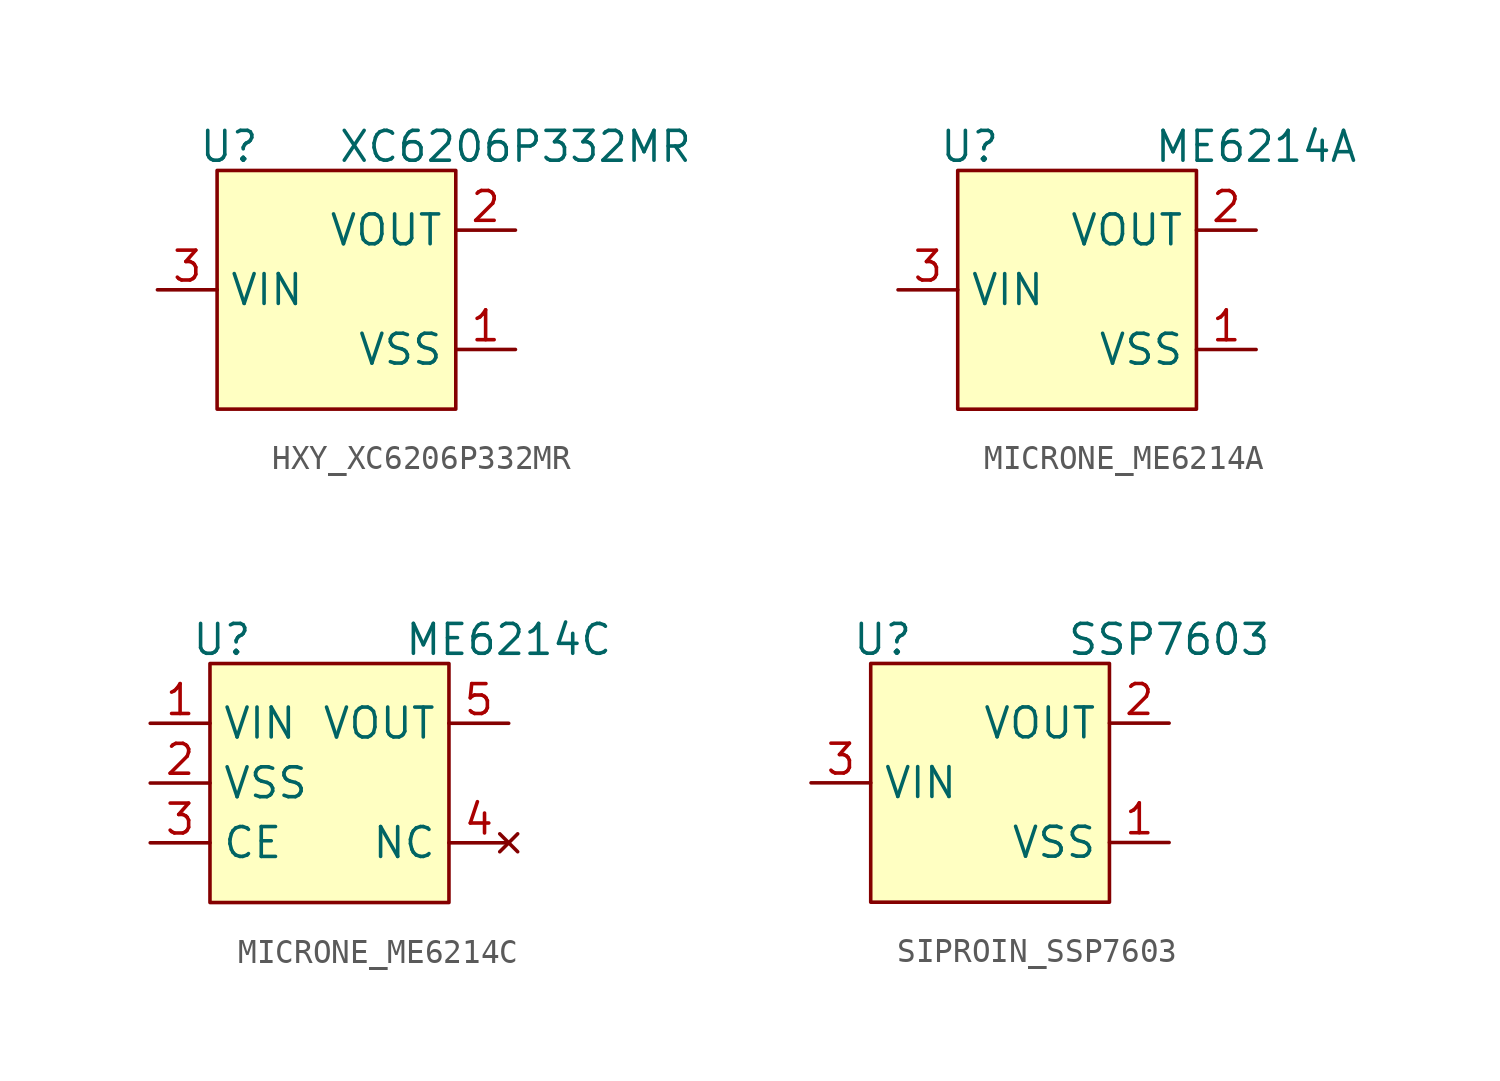
<source format=kicad_sym>
(kicad_symbol_lib
  (version 20231120)
  (generator "kicad_symbol_editor")
  (generator_version "8.0")
  (symbol "HXY_XC6206P332MR"
    (property "Reference" "U"
      (at -4.572 6.096 0)
      (do_not_autoplace)
      (effects (font (size 1.27 1.27))))
    (property "Value" "XC6206P332MR"
      (at 7.62 6.096 0)
      (do_not_autoplace)
      (effects (font (size 1.27 1.27))))
    (symbol "HXY_XC6206P332MR_0_1"
      (rectangle (start -5.08 5.08) (end 5.08 -5.08) (stroke (width 0) (type default)) (fill (type background))))
    (symbol "HXY_XC6206P332MR_1_1"
      (pin power_in line (at 7.62 -2.54 180) (length 2.54) (name "VSS" (effects (font (size 1.27 1.27)))) (number "1" (effects (font (size 1.27 1.27)))))
      (pin power_out line (at 7.62 2.54 180) (length 2.54) (name "VOUT" (effects (font (size 1.27 1.27)))) (number "2" (effects (font (size 1.27 1.27)))))
      (pin power_in line (at -7.62 0 0) (length 2.54) (name "VIN" (effects (font (size 1.27 1.27)))) (number "3" (effects (font (size 1.27 1.27)))))))
  (symbol "MICRONE_ME6214A"
    (property "Reference" "U"
      (at -4.572 6.096 0)
      (do_not_autoplace)
      (effects (font (size 1.27 1.27))))
    (property "Value" "ME6214A"
      (at 7.62 6.096 0)
      (do_not_autoplace)
      (effects (font (size 1.27 1.27))))
    (symbol "MICRONE_ME6214A_0_1"
      (rectangle (start -5.08 5.08) (end 5.08 -5.08) (stroke (width 0) (type default)) (fill (type background))))
    (symbol "MICRONE_ME6214A_1_1"
      (pin power_in line (at 7.62 -2.54 180) (length 2.54) (name "VSS" (effects (font (size 1.27 1.27)))) (number "1" (effects (font (size 1.27 1.27)))))
      (pin power_out line (at 7.62 2.54 180) (length 2.54) (name "VOUT" (effects (font (size 1.27 1.27)))) (number "2" (effects (font (size 1.27 1.27)))))
      (pin power_in line (at -7.62 0 0) (length 2.54) (name "VIN" (effects (font (size 1.27 1.27)))) (number "3" (effects (font (size 1.27 1.27)))))))
  (symbol "MICRONE_ME6214C"
    (property "Reference" "U"
      (at -4.572 6.096 0)
      (do_not_autoplace)
      (effects (font (size 1.27 1.27))))
    (property "Value" "ME6214C"
      (at 7.62 6.096 0)
      (do_not_autoplace)
      (effects (font (size 1.27 1.27))))
    (symbol "MICRONE_ME6214C_0_1"
      (rectangle (start -5.08 5.08) (end 5.08 -5.08) (stroke (width 0) (type default)) (fill (type background))))
    (symbol "MICRONE_ME6214C_1_1"
      (pin power_in line (at -7.62 2.54 0) (length 2.54) (name "VIN" (effects (font (size 1.27 1.27)))) (number "1" (effects (font (size 1.27 1.27)))))
      (pin power_in line (at -7.62 0 0) (length 2.54) (name "VSS" (effects (font (size 1.27 1.27)))) (number "2" (effects (font (size 1.27 1.27)))))
      (pin input line (at -7.62 -2.54 0) (length 2.54) (name "CE" (effects (font (size 1.27 1.27)))) (number "3" (effects (font (size 1.27 1.27)))))
      (pin no_connect line (at 7.62 -2.54 180) (length 2.54) (name "NC" (effects (font (size 1.27 1.27)))) (number "4" (effects (font (size 1.27 1.27)))))
      (pin power_out line (at 7.62 2.54 180) (length 2.54) (name "VOUT" (effects (font (size 1.27 1.27)))) (number "5" (effects (font (size 1.27 1.27)))))))
  (symbol "SIPROIN_SSP7603"
    (property "Reference" "U"
      (at -4.572 6.096 0)
      (do_not_autoplace)
      (effects (font (size 1.27 1.27))))
    (property "Value" "SSP7603"
      (at 7.62 6.096 0)
      (do_not_autoplace)
      (effects (font (size 1.27 1.27))))
    (symbol "SIPROIN_SSP7603_0_1"
      (rectangle (start -5.08 5.08) (end 5.08 -5.08) (stroke (width 0) (type default)) (fill (type background))))
    (symbol "SIPROIN_SSP7603_1_1"
      (pin power_in line (at 7.62 -2.54 180) (length 2.54) (name "VSS" (effects (font (size 1.27 1.27)))) (number "1" (effects (font (size 1.27 1.27)))))
      (pin power_out line (at 7.62 2.54 180) (length 2.54) (name "VOUT" (effects (font (size 1.27 1.27)))) (number "2" (effects (font (size 1.27 1.27)))))
      (pin power_in line (at -7.62 0 0) (length 2.54) (name "VIN" (effects (font (size 1.27 1.27)))) (number "3" (effects (font (size 1.27 1.27))))))))
</source>
